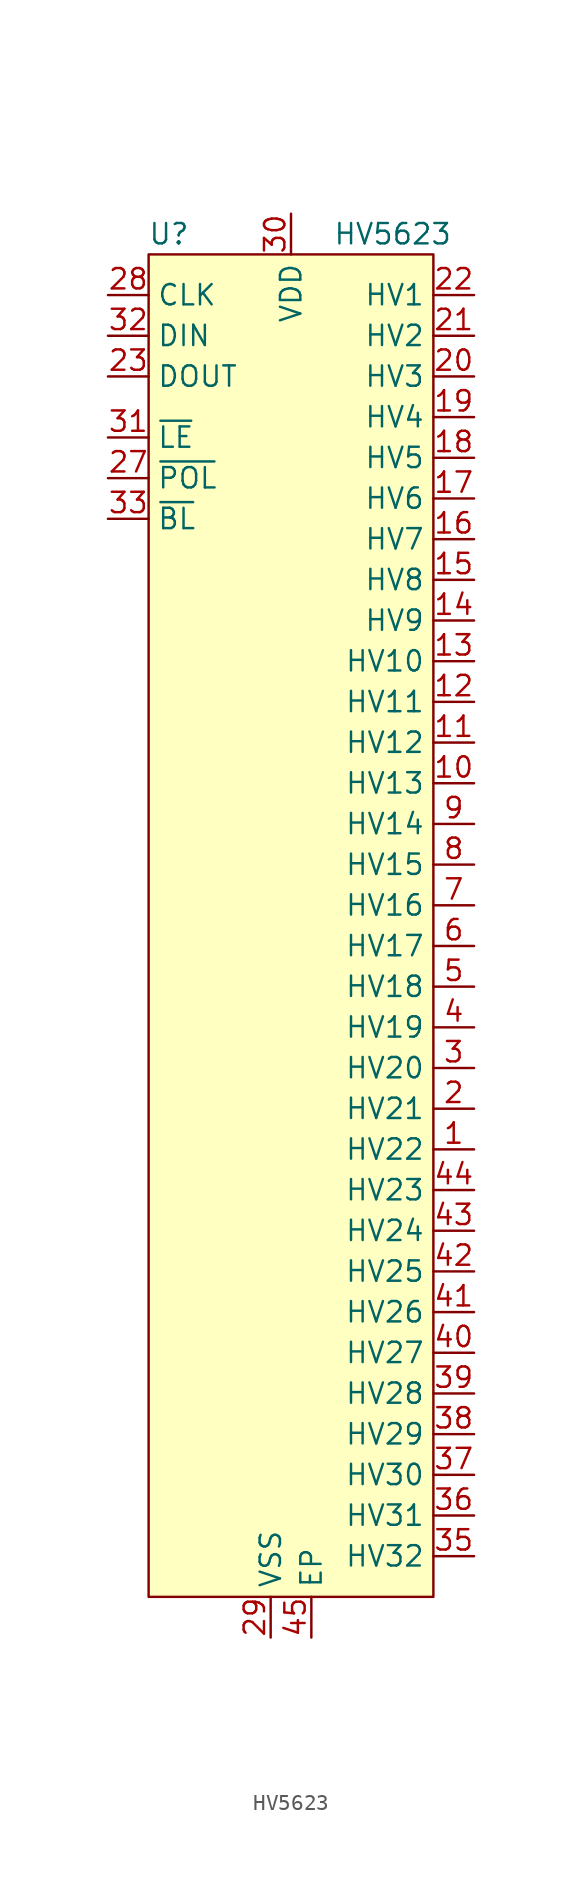
<source format=kicad_sym>
(kicad_symbol_lib
  (version 20220914)
  (generator kicad_symbol_editor)
  (symbol "HV5623"
    (property "Reference" "U"
      (at -7.62 43.18 0)
      (effects (font (size 1.27 1.27))))
    (property "Value" "HV5623"
      (at 6.35 43.18 0)
      (effects (font (size 1.27 1.27))))
    (symbol "HV5623_1_1"
      (rectangle (start -8.89 41.91) (end 8.89 -41.91) (stroke (width 0) (type default)) (fill (type background)))
      (pin open_collector line (at 11.43 -13.97 180) (length 2.54) (name "HV22" (effects (font (size 1.27 1.27)))) (number "1" (effects (font (size 1.27 1.27)))))
      (pin open_collector line (at 11.43 8.89 180) (length 2.54) (name "HV13" (effects (font (size 1.27 1.27)))) (number "10" (effects (font (size 1.27 1.27)))))
      (pin open_collector line (at 11.43 11.43 180) (length 2.54) (name "HV12" (effects (font (size 1.27 1.27)))) (number "11" (effects (font (size 1.27 1.27)))))
      (pin open_collector line (at 11.43 13.97 180) (length 2.54) (name "HV11" (effects (font (size 1.27 1.27)))) (number "12" (effects (font (size 1.27 1.27)))))
      (pin open_collector line (at 11.43 16.51 180) (length 2.54) (name "HV10" (effects (font (size 1.27 1.27)))) (number "13" (effects (font (size 1.27 1.27)))))
      (pin open_collector line (at 11.43 19.05 180) (length 2.54) (name "HV9" (effects (font (size 1.27 1.27)))) (number "14" (effects (font (size 1.27 1.27)))))
      (pin open_collector line (at 11.43 21.59 180) (length 2.54) (name "HV8" (effects (font (size 1.27 1.27)))) (number "15" (effects (font (size 1.27 1.27)))))
      (pin open_collector line (at 11.43 24.13 180) (length 2.54) (name "HV7" (effects (font (size 1.27 1.27)))) (number "16" (effects (font (size 1.27 1.27)))))
      (pin open_collector line (at 11.43 26.67 180) (length 2.54) (name "HV6" (effects (font (size 1.27 1.27)))) (number "17" (effects (font (size 1.27 1.27)))))
      (pin open_collector line (at 11.43 29.21 180) (length 2.54) (name "HV5" (effects (font (size 1.27 1.27)))) (number "18" (effects (font (size 1.27 1.27)))))
      (pin open_collector line (at 11.43 31.75 180) (length 2.54) (name "HV4" (effects (font (size 1.27 1.27)))) (number "19" (effects (font (size 1.27 1.27)))))
      (pin open_collector line (at 11.43 -11.43 180) (length 2.54) (name "HV21" (effects (font (size 1.27 1.27)))) (number "2" (effects (font (size 1.27 1.27)))))
      (pin open_collector line (at 11.43 34.29 180) (length 2.54) (name "HV3" (effects (font (size 1.27 1.27)))) (number "20" (effects (font (size 1.27 1.27)))))
      (pin open_collector line (at 11.43 36.83 180) (length 2.54) (name "HV2" (effects (font (size 1.27 1.27)))) (number "21" (effects (font (size 1.27 1.27)))))
      (pin open_collector line (at 11.43 39.37 180) (length 2.54) (name "HV1" (effects (font (size 1.27 1.27)))) (number "22" (effects (font (size 1.27 1.27)))))
      (pin output line (at -11.43 34.29 0) (length 2.54) (name "DOUT" (effects (font (size 1.27 1.27)))) (number "23" (effects (font (size 1.27 1.27)))))
      (pin no_connect line (at -11.43 21.59 0) (length 2.54) hide (name "NC" (effects (font (size 1.27 1.27)))) (number "24" (effects (font (size 1.27 1.27)))))
      (pin no_connect line (at -11.43 19.05 0) (length 2.54) hide (name "NC" (effects (font (size 1.27 1.27)))) (number "25" (effects (font (size 1.27 1.27)))))
      (pin no_connect line (at -11.43 16.51 0) (length 2.54) hide (name "NC" (effects (font (size 1.27 1.27)))) (number "26" (effects (font (size 1.27 1.27)))))
      (pin input line (at -11.43 27.94 0) (length 2.54) (name "~{POL}" (effects (font (size 1.27 1.27)))) (number "27" (effects (font (size 1.27 1.27)))))
      (pin input line (at -11.43 39.37 0) (length 2.54) (name "CLK" (effects (font (size 1.27 1.27)))) (number "28" (effects (font (size 1.27 1.27)))))
      (pin power_in line (at -1.27 -44.45 90) (length 2.54) (name "VSS" (effects (font (size 1.27 1.27)))) (number "29" (effects (font (size 1.27 1.27)))))
      (pin open_collector line (at 11.43 -8.89 180) (length 2.54) (name "HV20" (effects (font (size 1.27 1.27)))) (number "3" (effects (font (size 1.27 1.27)))))
      (pin power_in line (at 0 44.45 270) (length 2.54) (name "VDD" (effects (font (size 1.27 1.27)))) (number "30" (effects (font (size 1.27 1.27)))))
      (pin input line (at -11.43 30.48 0) (length 2.54) (name "~{LE}" (effects (font (size 1.27 1.27)))) (number "31" (effects (font (size 1.27 1.27)))))
      (pin input line (at -11.43 36.83 0) (length 2.54) (name "DIN" (effects (font (size 1.27 1.27)))) (number "32" (effects (font (size 1.27 1.27)))))
      (pin input line (at -11.43 25.4 0) (length 2.54) (name "~{BL}" (effects (font (size 1.27 1.27)))) (number "33" (effects (font (size 1.27 1.27)))))
      (pin no_connect line (at -11.43 13.97 0) (length 2.54) hide (name "NC" (effects (font (size 1.27 1.27)))) (number "34" (effects (font (size 1.27 1.27)))))
      (pin open_collector line (at 11.43 -39.37 180) (length 2.54) (name "HV32" (effects (font (size 1.27 1.27)))) (number "35" (effects (font (size 1.27 1.27)))))
      (pin open_collector line (at 11.43 -36.83 180) (length 2.54) (name "HV31" (effects (font (size 1.27 1.27)))) (number "36" (effects (font (size 1.27 1.27)))))
      (pin open_collector line (at 11.43 -34.29 180) (length 2.54) (name "HV30" (effects (font (size 1.27 1.27)))) (number "37" (effects (font (size 1.27 1.27)))))
      (pin open_collector line (at 11.43 -31.75 180) (length 2.54) (name "HV29" (effects (font (size 1.27 1.27)))) (number "38" (effects (font (size 1.27 1.27)))))
      (pin open_collector line (at 11.43 -29.21 180) (length 2.54) (name "HV28" (effects (font (size 1.27 1.27)))) (number "39" (effects (font (size 1.27 1.27)))))
      (pin open_collector line (at 11.43 -6.35 180) (length 2.54) (name "HV19" (effects (font (size 1.27 1.27)))) (number "4" (effects (font (size 1.27 1.27)))))
      (pin open_collector line (at 11.43 -26.67 180) (length 2.54) (name "HV27" (effects (font (size 1.27 1.27)))) (number "40" (effects (font (size 1.27 1.27)))))
      (pin open_collector line (at 11.43 -24.13 180) (length 2.54) (name "HV26" (effects (font (size 1.27 1.27)))) (number "41" (effects (font (size 1.27 1.27)))))
      (pin open_collector line (at 11.43 -21.59 180) (length 2.54) (name "HV25" (effects (font (size 1.27 1.27)))) (number "42" (effects (font (size 1.27 1.27)))))
      (pin open_collector line (at 11.43 -19.05 180) (length 2.54) (name "HV24" (effects (font (size 1.27 1.27)))) (number "43" (effects (font (size 1.27 1.27)))))
      (pin open_collector line (at 11.43 -16.51 180) (length 2.54) (name "HV23" (effects (font (size 1.27 1.27)))) (number "44" (effects (font (size 1.27 1.27)))))
      (pin power_in line (at 1.27 -44.45 90) (length 2.54) (name "EP" (effects (font (size 1.27 1.27)))) (number "45" (effects (font (size 1.27 1.27)))))
      (pin open_collector line (at 11.43 -3.81 180) (length 2.54) (name "HV18" (effects (font (size 1.27 1.27)))) (number "5" (effects (font (size 1.27 1.27)))))
      (pin open_collector line (at 11.43 -1.27 180) (length 2.54) (name "HV17" (effects (font (size 1.27 1.27)))) (number "6" (effects (font (size 1.27 1.27)))))
      (pin open_collector line (at 11.43 1.27 180) (length 2.54) (name "HV16" (effects (font (size 1.27 1.27)))) (number "7" (effects (font (size 1.27 1.27)))))
      (pin open_collector line (at 11.43 3.81 180) (length 2.54) (name "HV15" (effects (font (size 1.27 1.27)))) (number "8" (effects (font (size 1.27 1.27)))))
      (pin open_collector line (at 11.43 6.35 180) (length 2.54) (name "HV14" (effects (font (size 1.27 1.27)))) (number "9" (effects (font (size 1.27 1.27))))))))
</source>
